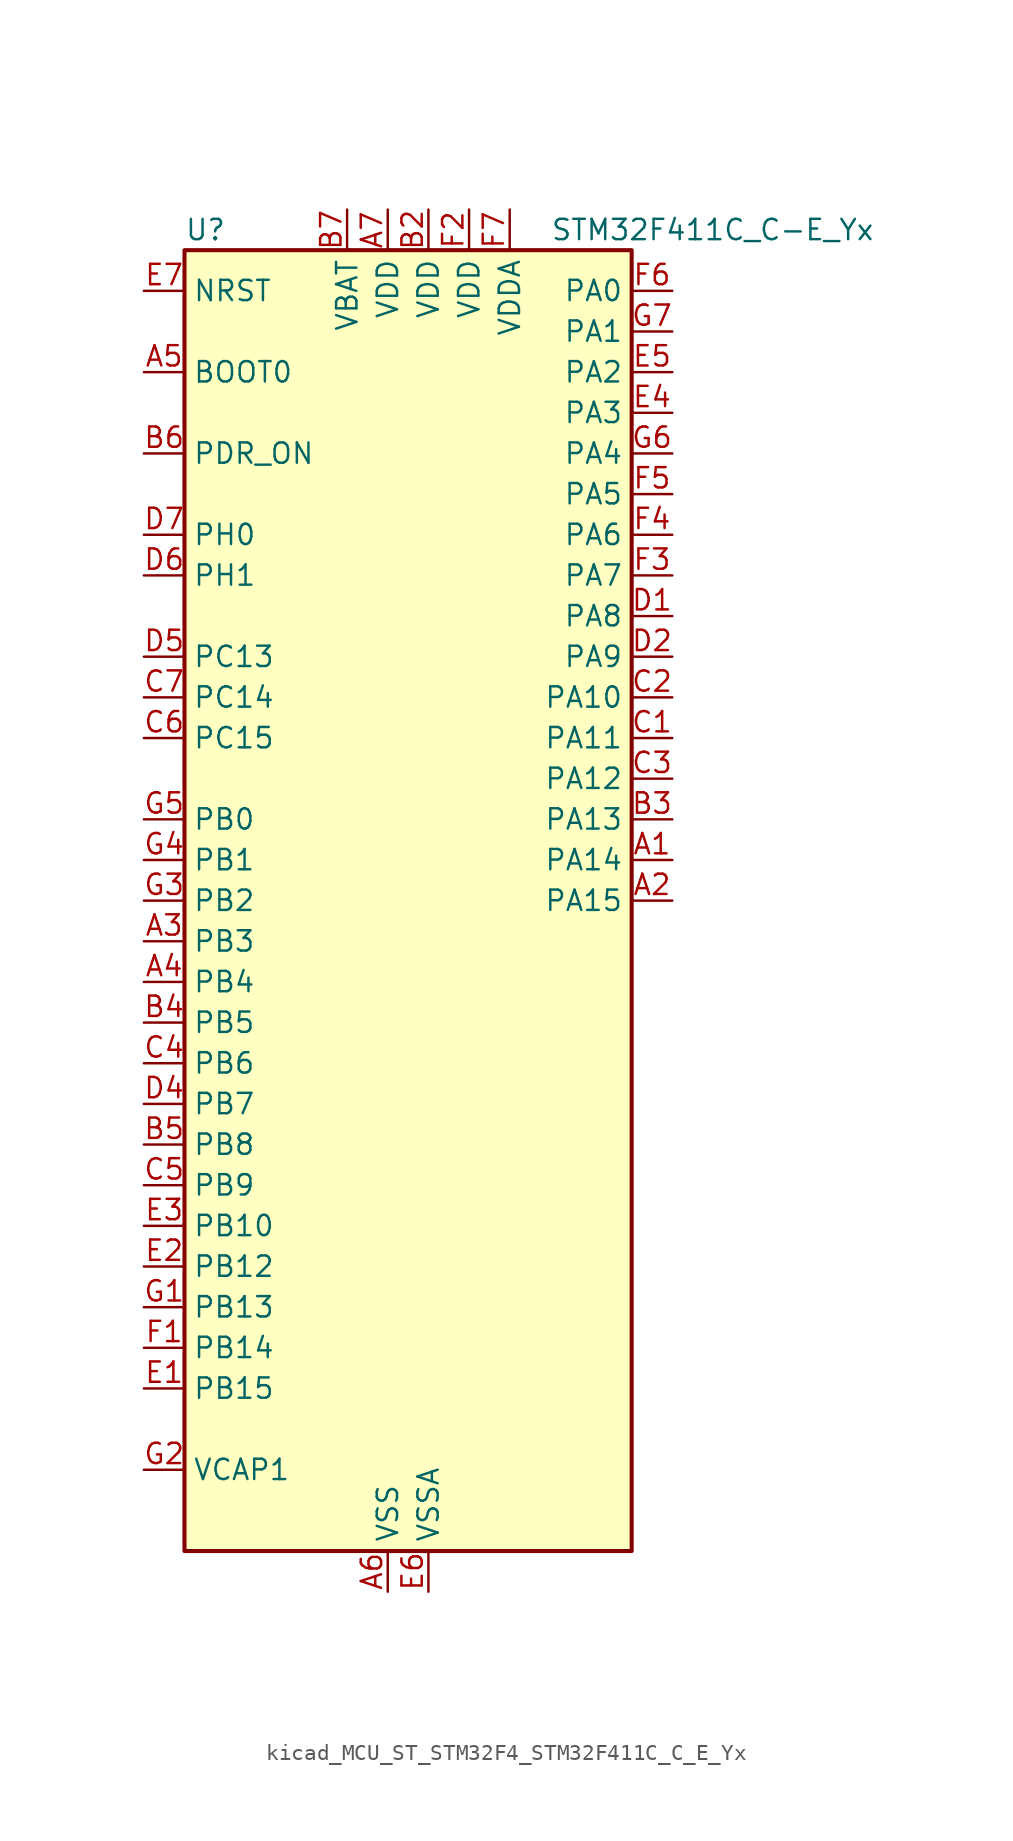
<source format=kicad_sym>
(kicad_symbol_lib
  (version 20220914)
  (generator kicad_symbol_editor)
  (symbol "kicad_MCU_ST_STM32F4_STM32F411C_C_E_Yx"
    (property "Reference" "U"
      (at -12.7 41.91 0)
      (effects (font (size 1.27 1.27)) (justify left)))
    (property "Value" "STM32F411C_C-E_Yx"
      (at 10.16 41.91 0)
      (effects (font (size 1.27 1.27)) (justify left)))
    (property "ki_locked" ""
      (at 0 0 0)
      (effects (font (size 1.27 1.27))))
    (symbol "kicad_MCU_ST_STM32F4_STM32F411C_C_E_Yx_0_1"
      (rectangle (start -12.7 -40.64) (end 15.24 40.64) (stroke (width 0.254) (type default)) (fill (type background))))
    (symbol "kicad_MCU_ST_STM32F4_STM32F411C_C_E_Yx_1_1"
      (pin bidirectional line (at 17.78 2.54 180) (length 2.54) (name "PA14" (effects (font (size 1.27 1.27)))) (number "A1" (effects (font (size 1.27 1.27)))) (alternate "SYS_JTCK-SWCLK" bidirectional line))
      (pin bidirectional line (at 17.78 0 180) (length 2.54) (name "PA15" (effects (font (size 1.27 1.27)))) (number "A2" (effects (font (size 1.27 1.27)))) (alternate "ADC1_EXTI15" bidirectional line) (alternate "I2S1_WS" bidirectional line) (alternate "I2S3_WS" bidirectional line) (alternate "SPI1_NSS" bidirectional line) (alternate "SPI3_NSS" bidirectional line) (alternate "SYS_JTDI" bidirectional line) (alternate "TIM2_CH1" bidirectional line) (alternate "TIM2_ETR" bidirectional line) (alternate "USART1_TX" bidirectional line))
      (pin bidirectional line (at -15.24 -2.54 0) (length 2.54) (name "PB3" (effects (font (size 1.27 1.27)))) (number "A3" (effects (font (size 1.27 1.27)))) (alternate "I2C2_SDA" bidirectional line) (alternate "I2S1_CK" bidirectional line) (alternate "I2S3_CK" bidirectional line) (alternate "SPI1_SCK" bidirectional line) (alternate "SPI3_SCK" bidirectional line) (alternate "SYS_JTDO-SWO" bidirectional line) (alternate "TIM2_CH2" bidirectional line) (alternate "USART1_RX" bidirectional line))
      (pin bidirectional line (at -15.24 -5.08 0) (length 2.54) (name "PB4" (effects (font (size 1.27 1.27)))) (number "A4" (effects (font (size 1.27 1.27)))) (alternate "I2C3_SDA" bidirectional line) (alternate "I2S3_ext_SD" bidirectional line) (alternate "SDIO_D0" bidirectional line) (alternate "SPI1_MISO" bidirectional line) (alternate "SPI3_MISO" bidirectional line) (alternate "SYS_JTRST" bidirectional line) (alternate "TIM3_CH1" bidirectional line))
      (pin input line (at -15.24 33.02 0) (length 2.54) (name "BOOT0" (effects (font (size 1.27 1.27)))) (number "A5" (effects (font (size 1.27 1.27)))))
      (pin power_in line (at 0 -43.18 90) (length 2.54) (name "VSS" (effects (font (size 1.27 1.27)))) (number "A6" (effects (font (size 1.27 1.27)))))
      (pin power_in line (at 0 43.18 270) (length 2.54) (name "VDD" (effects (font (size 1.27 1.27)))) (number "A7" (effects (font (size 1.27 1.27)))))
      (pin passive line (at 0 -43.18 90) (length 2.54) hide (name "VSS" (effects (font (size 1.27 1.27)))) (number "B1" (effects (font (size 1.27 1.27)))))
      (pin power_in line (at 2.54 43.18 270) (length 2.54) (name "VDD" (effects (font (size 1.27 1.27)))) (number "B2" (effects (font (size 1.27 1.27)))))
      (pin bidirectional line (at 17.78 5.08 180) (length 2.54) (name "PA13" (effects (font (size 1.27 1.27)))) (number "B3" (effects (font (size 1.27 1.27)))) (alternate "SYS_JTMS-SWDIO" bidirectional line))
      (pin bidirectional line (at -15.24 -7.62 0) (length 2.54) (name "PB5" (effects (font (size 1.27 1.27)))) (number "B4" (effects (font (size 1.27 1.27)))) (alternate "I2C1_SMBA" bidirectional line) (alternate "I2S1_SD" bidirectional line) (alternate "I2S3_SD" bidirectional line) (alternate "SDIO_D3" bidirectional line) (alternate "SPI1_MOSI" bidirectional line) (alternate "SPI3_MOSI" bidirectional line) (alternate "TIM3_CH2" bidirectional line))
      (pin bidirectional line (at -15.24 -15.24 0) (length 2.54) (name "PB8" (effects (font (size 1.27 1.27)))) (number "B5" (effects (font (size 1.27 1.27)))) (alternate "I2C1_SCL" bidirectional line) (alternate "I2C3_SDA" bidirectional line) (alternate "I2S5_SD" bidirectional line) (alternate "SDIO_D4" bidirectional line) (alternate "SPI5_MOSI" bidirectional line) (alternate "TIM10_CH1" bidirectional line) (alternate "TIM4_CH3" bidirectional line))
      (pin input line (at -15.24 27.94 0) (length 2.54) (name "PDR_ON" (effects (font (size 1.27 1.27)))) (number "B6" (effects (font (size 1.27 1.27)))))
      (pin power_in line (at -2.54 43.18 270) (length 2.54) (name "VBAT" (effects (font (size 1.27 1.27)))) (number "B7" (effects (font (size 1.27 1.27)))))
      (pin bidirectional line (at 17.78 10.16 180) (length 2.54) (name "PA11" (effects (font (size 1.27 1.27)))) (number "C1" (effects (font (size 1.27 1.27)))) (alternate "ADC1_EXTI11" bidirectional line) (alternate "SPI4_MISO" bidirectional line) (alternate "TIM1_CH4" bidirectional line) (alternate "USART1_CTS" bidirectional line) (alternate "USART6_TX" bidirectional line) (alternate "USB_OTG_FS_DM" bidirectional line))
      (pin bidirectional line (at 17.78 12.7 180) (length 2.54) (name "PA10" (effects (font (size 1.27 1.27)))) (number "C2" (effects (font (size 1.27 1.27)))) (alternate "I2S5_SD" bidirectional line) (alternate "SPI5_MOSI" bidirectional line) (alternate "TIM1_CH3" bidirectional line) (alternate "USART1_RX" bidirectional line) (alternate "USB_OTG_FS_ID" bidirectional line))
      (pin bidirectional line (at 17.78 7.62 180) (length 2.54) (name "PA12" (effects (font (size 1.27 1.27)))) (number "C3" (effects (font (size 1.27 1.27)))) (alternate "SPI5_MISO" bidirectional line) (alternate "TIM1_ETR" bidirectional line) (alternate "USART1_RTS" bidirectional line) (alternate "USART6_RX" bidirectional line) (alternate "USB_OTG_FS_DP" bidirectional line))
      (pin bidirectional line (at -15.24 -10.16 0) (length 2.54) (name "PB6" (effects (font (size 1.27 1.27)))) (number "C4" (effects (font (size 1.27 1.27)))) (alternate "I2C1_SCL" bidirectional line) (alternate "TIM4_CH1" bidirectional line) (alternate "USART1_TX" bidirectional line))
      (pin bidirectional line (at -15.24 -17.78 0) (length 2.54) (name "PB9" (effects (font (size 1.27 1.27)))) (number "C5" (effects (font (size 1.27 1.27)))) (alternate "I2C1_SDA" bidirectional line) (alternate "I2C2_SDA" bidirectional line) (alternate "I2S2_WS" bidirectional line) (alternate "SDIO_D5" bidirectional line) (alternate "SPI2_NSS" bidirectional line) (alternate "TIM11_CH1" bidirectional line) (alternate "TIM4_CH4" bidirectional line))
      (pin bidirectional line (at -15.24 10.16 0) (length 2.54) (name "PC15" (effects (font (size 1.27 1.27)))) (number "C6" (effects (font (size 1.27 1.27)))) (alternate "ADC1_EXTI15" bidirectional line) (alternate "RCC_OSC32_OUT" bidirectional line))
      (pin bidirectional line (at -15.24 12.7 0) (length 2.54) (name "PC14" (effects (font (size 1.27 1.27)))) (number "C7" (effects (font (size 1.27 1.27)))) (alternate "RCC_OSC32_IN" bidirectional line))
      (pin bidirectional line (at 17.78 17.78 180) (length 2.54) (name "PA8" (effects (font (size 1.27 1.27)))) (number "D1" (effects (font (size 1.27 1.27)))) (alternate "I2C3_SCL" bidirectional line) (alternate "RCC_MCO_1" bidirectional line) (alternate "SDIO_D1" bidirectional line) (alternate "TIM1_CH1" bidirectional line) (alternate "USART1_CK" bidirectional line) (alternate "USB_OTG_FS_SOF" bidirectional line))
      (pin bidirectional line (at 17.78 15.24 180) (length 2.54) (name "PA9" (effects (font (size 1.27 1.27)))) (number "D2" (effects (font (size 1.27 1.27)))) (alternate "I2C3_SMBA" bidirectional line) (alternate "SDIO_D2" bidirectional line) (alternate "TIM1_CH2" bidirectional line) (alternate "USART1_TX" bidirectional line) (alternate "USB_OTG_FS_VBUS" bidirectional line))
      (pin passive line (at 0 -43.18 90) (length 2.54) hide (name "VSS" (effects (font (size 1.27 1.27)))) (number "D3" (effects (font (size 1.27 1.27)))))
      (pin bidirectional line (at -15.24 -12.7 0) (length 2.54) (name "PB7" (effects (font (size 1.27 1.27)))) (number "D4" (effects (font (size 1.27 1.27)))) (alternate "I2C1_SDA" bidirectional line) (alternate "SDIO_D0" bidirectional line) (alternate "TIM4_CH2" bidirectional line) (alternate "USART1_RX" bidirectional line))
      (pin bidirectional line (at -15.24 15.24 0) (length 2.54) (name "PC13" (effects (font (size 1.27 1.27)))) (number "D5" (effects (font (size 1.27 1.27)))) (alternate "RTC_AF1" bidirectional line))
      (pin bidirectional line (at -15.24 20.32 0) (length 2.54) (name "PH1" (effects (font (size 1.27 1.27)))) (number "D6" (effects (font (size 1.27 1.27)))) (alternate "RCC_OSC_OUT" bidirectional line))
      (pin bidirectional line (at -15.24 22.86 0) (length 2.54) (name "PH0" (effects (font (size 1.27 1.27)))) (number "D7" (effects (font (size 1.27 1.27)))) (alternate "RCC_OSC_IN" bidirectional line))
      (pin bidirectional line (at -15.24 -30.48 0) (length 2.54) (name "PB15" (effects (font (size 1.27 1.27)))) (number "E1" (effects (font (size 1.27 1.27)))) (alternate "ADC1_EXTI15" bidirectional line) (alternate "I2S2_SD" bidirectional line) (alternate "RTC_REFIN" bidirectional line) (alternate "SDIO_CK" bidirectional line) (alternate "SPI2_MOSI" bidirectional line) (alternate "TIM1_CH3N" bidirectional line))
      (pin bidirectional line (at -15.24 -22.86 0) (length 2.54) (name "PB12" (effects (font (size 1.27 1.27)))) (number "E2" (effects (font (size 1.27 1.27)))) (alternate "I2C2_SMBA" bidirectional line) (alternate "I2S2_WS" bidirectional line) (alternate "I2S3_CK" bidirectional line) (alternate "I2S4_WS" bidirectional line) (alternate "SPI2_NSS" bidirectional line) (alternate "SPI3_SCK" bidirectional line) (alternate "SPI4_NSS" bidirectional line) (alternate "TIM1_BKIN" bidirectional line))
      (pin bidirectional line (at -15.24 -20.32 0) (length 2.54) (name "PB10" (effects (font (size 1.27 1.27)))) (number "E3" (effects (font (size 1.27 1.27)))) (alternate "I2C2_SCL" bidirectional line) (alternate "I2S2_CK" bidirectional line) (alternate "I2S3_MCK" bidirectional line) (alternate "SDIO_D7" bidirectional line) (alternate "SPI2_SCK" bidirectional line) (alternate "TIM2_CH3" bidirectional line))
      (pin bidirectional line (at 17.78 30.48 180) (length 2.54) (name "PA3" (effects (font (size 1.27 1.27)))) (number "E4" (effects (font (size 1.27 1.27)))) (alternate "ADC1_IN3" bidirectional line) (alternate "I2S2_MCK" bidirectional line) (alternate "TIM2_CH4" bidirectional line) (alternate "TIM5_CH4" bidirectional line) (alternate "TIM9_CH2" bidirectional line) (alternate "USART2_RX" bidirectional line))
      (pin bidirectional line (at 17.78 33.02 180) (length 2.54) (name "PA2" (effects (font (size 1.27 1.27)))) (number "E5" (effects (font (size 1.27 1.27)))) (alternate "ADC1_IN2" bidirectional line) (alternate "I2S_CKIN" bidirectional line) (alternate "TIM2_CH3" bidirectional line) (alternate "TIM5_CH3" bidirectional line) (alternate "TIM9_CH1" bidirectional line) (alternate "USART2_TX" bidirectional line))
      (pin power_in line (at 2.54 -43.18 90) (length 2.54) (name "VSSA" (effects (font (size 1.27 1.27)))) (number "E6" (effects (font (size 1.27 1.27)))))
      (pin input line (at -15.24 38.1 0) (length 2.54) (name "NRST" (effects (font (size 1.27 1.27)))) (number "E7" (effects (font (size 1.27 1.27)))))
      (pin bidirectional line (at -15.24 -27.94 0) (length 2.54) (name "PB14" (effects (font (size 1.27 1.27)))) (number "F1" (effects (font (size 1.27 1.27)))) (alternate "I2S2_ext_SD" bidirectional line) (alternate "SDIO_D6" bidirectional line) (alternate "SPI2_MISO" bidirectional line) (alternate "TIM1_CH2N" bidirectional line))
      (pin power_in line (at 5.08 43.18 270) (length 2.54) (name "VDD" (effects (font (size 1.27 1.27)))) (number "F2" (effects (font (size 1.27 1.27)))))
      (pin bidirectional line (at 17.78 20.32 180) (length 2.54) (name "PA7" (effects (font (size 1.27 1.27)))) (number "F3" (effects (font (size 1.27 1.27)))) (alternate "ADC1_IN7" bidirectional line) (alternate "I2S1_SD" bidirectional line) (alternate "SPI1_MOSI" bidirectional line) (alternate "TIM1_CH1N" bidirectional line) (alternate "TIM3_CH2" bidirectional line))
      (pin bidirectional line (at 17.78 22.86 180) (length 2.54) (name "PA6" (effects (font (size 1.27 1.27)))) (number "F4" (effects (font (size 1.27 1.27)))) (alternate "ADC1_IN6" bidirectional line) (alternate "I2S2_MCK" bidirectional line) (alternate "SDIO_CMD" bidirectional line) (alternate "SPI1_MISO" bidirectional line) (alternate "TIM1_BKIN" bidirectional line) (alternate "TIM3_CH1" bidirectional line))
      (pin bidirectional line (at 17.78 25.4 180) (length 2.54) (name "PA5" (effects (font (size 1.27 1.27)))) (number "F5" (effects (font (size 1.27 1.27)))) (alternate "ADC1_IN5" bidirectional line) (alternate "I2S1_CK" bidirectional line) (alternate "SPI1_SCK" bidirectional line) (alternate "TIM2_CH1" bidirectional line) (alternate "TIM2_ETR" bidirectional line))
      (pin bidirectional line (at 17.78 38.1 180) (length 2.54) (name "PA0" (effects (font (size 1.27 1.27)))) (number "F6" (effects (font (size 1.27 1.27)))) (alternate "ADC1_IN0" bidirectional line) (alternate "SYS_WKUP" bidirectional line) (alternate "TIM2_CH1" bidirectional line) (alternate "TIM2_ETR" bidirectional line) (alternate "TIM5_CH1" bidirectional line) (alternate "USART2_CTS" bidirectional line))
      (pin power_in line (at 7.62 43.18 270) (length 2.54) (name "VDDA" (effects (font (size 1.27 1.27)))) (number "F7" (effects (font (size 1.27 1.27)))))
      (pin bidirectional line (at -15.24 -25.4 0) (length 2.54) (name "PB13" (effects (font (size 1.27 1.27)))) (number "G1" (effects (font (size 1.27 1.27)))) (alternate "I2S2_CK" bidirectional line) (alternate "I2S4_CK" bidirectional line) (alternate "SPI2_SCK" bidirectional line) (alternate "SPI4_SCK" bidirectional line) (alternate "TIM1_CH1N" bidirectional line))
      (pin power_out line (at -15.24 -35.56 0) (length 2.54) (name "VCAP1" (effects (font (size 1.27 1.27)))) (number "G2" (effects (font (size 1.27 1.27)))))
      (pin bidirectional line (at -15.24 0 0) (length 2.54) (name "PB2" (effects (font (size 1.27 1.27)))) (number "G3" (effects (font (size 1.27 1.27)))))
      (pin bidirectional line (at -15.24 2.54 0) (length 2.54) (name "PB1" (effects (font (size 1.27 1.27)))) (number "G4" (effects (font (size 1.27 1.27)))) (alternate "ADC1_IN9" bidirectional line) (alternate "I2S5_WS" bidirectional line) (alternate "SPI5_NSS" bidirectional line) (alternate "TIM1_CH3N" bidirectional line) (alternate "TIM3_CH4" bidirectional line))
      (pin bidirectional line (at -15.24 5.08 0) (length 2.54) (name "PB0" (effects (font (size 1.27 1.27)))) (number "G5" (effects (font (size 1.27 1.27)))) (alternate "ADC1_IN8" bidirectional line) (alternate "I2S5_CK" bidirectional line) (alternate "SPI5_SCK" bidirectional line) (alternate "TIM1_CH2N" bidirectional line) (alternate "TIM3_CH3" bidirectional line))
      (pin bidirectional line (at 17.78 27.94 180) (length 2.54) (name "PA4" (effects (font (size 1.27 1.27)))) (number "G6" (effects (font (size 1.27 1.27)))) (alternate "ADC1_IN4" bidirectional line) (alternate "I2S1_WS" bidirectional line) (alternate "I2S3_WS" bidirectional line) (alternate "SPI1_NSS" bidirectional line) (alternate "SPI3_NSS" bidirectional line) (alternate "USART2_CK" bidirectional line))
      (pin bidirectional line (at 17.78 35.56 180) (length 2.54) (name "PA1" (effects (font (size 1.27 1.27)))) (number "G7" (effects (font (size 1.27 1.27)))) (alternate "ADC1_IN1" bidirectional line) (alternate "I2S4_SD" bidirectional line) (alternate "SPI4_MOSI" bidirectional line) (alternate "TIM2_CH2" bidirectional line) (alternate "TIM5_CH2" bidirectional line) (alternate "USART2_RTS" bidirectional line)))))
</source>
